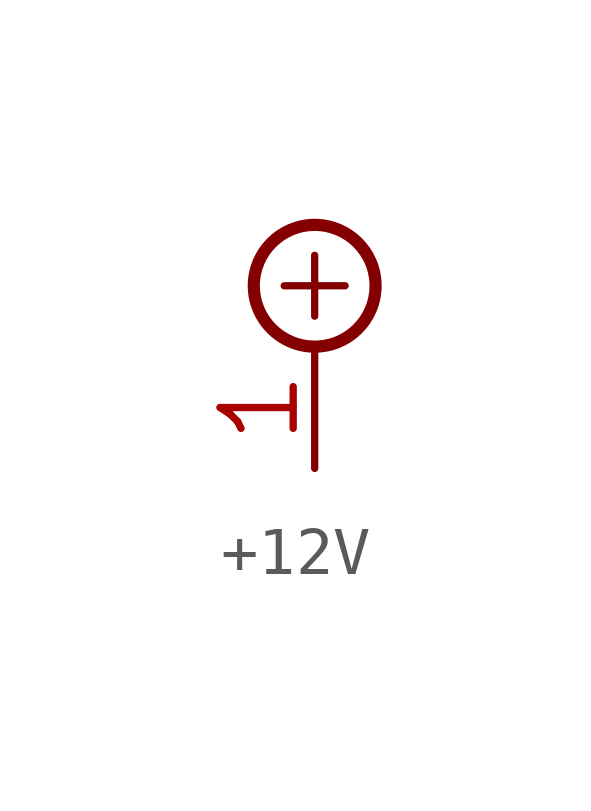
<source format=kicad_sym>
(kicad_symbol_lib
  (version 20241209)
  (generator "kicad_symbol_editor")
  (generator_version "9.0")
  (symbol "+12V"
    (power)
    (property "Reference" "#SUPPLY"
      (at 0 0 0)
      (effects (font (size 1.27 1.27)) (hide yes)))
    (property "ki_locked" ""
      (at 0 0 0)
      (effects (font (size 1.27 1.27))))
    (symbol "+12V_1_0"
      (polyline (pts (xy -0.635 0) (xy 0.635 0)) (stroke (width 0.152) (type solid)) (fill (type none)))
      (polyline (pts (xy 0 0.635) (xy 0 -0.635)) (stroke (width 0.152) (type solid)) (fill (type none)))
      (circle (center 0 0) (radius 1.27) (stroke (width 0.254) (type solid)) (fill (type none)))
      (pin power_in line (at 0 -3.81 90) (length 2.54) (name "+12V" (effects (font (size 0 0)))) (number "1" (effects (font (size 1.524 1.524))))))))
</source>
